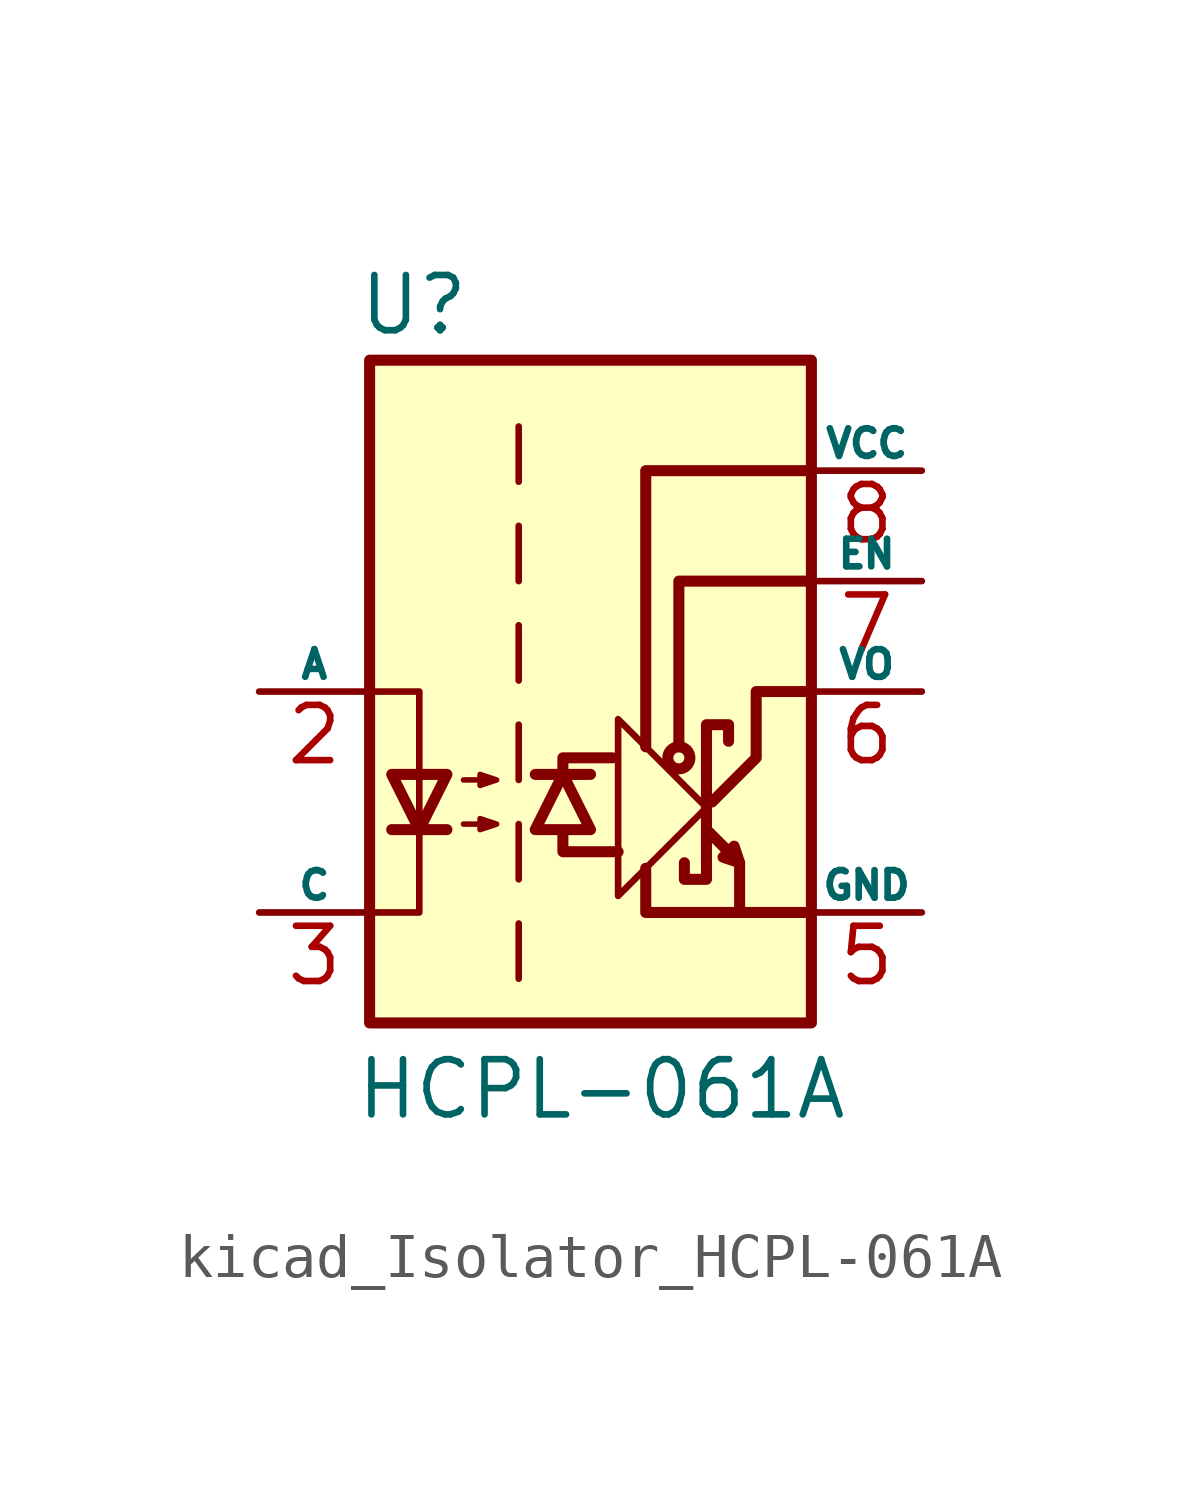
<source format=kicad_sym>
(kicad_symbol_lib
  (version 20220914)
  (generator kicad_symbol_editor)
  (symbol "kicad_Isolator_HCPL-061A"
    (pin_names
      (offset 0))
    (property "Reference" "U"
      (at -4.064 8.89 0)
      (effects (font (size 1.27 1.27))))
    (property "Value" "HCPL-061A"
      (at 0.254 -9.144 0)
      (effects (font (size 1.27 1.27))))
    (symbol "kicad_Isolator_HCPL-061A_0_1"
      (polyline (pts (xy 2.667 -3.556) (xy 2.667 -1.651)) (stroke (width 0.254) (type default)) (fill (type none)))
      (polyline (pts (xy 2.667 -2.159) (xy 2.667 -2.921)) (stroke (width 0.254) (type default)) (fill (type none)))
      (polyline (pts (xy 3.429 -3.937) (xy 3.429 -5.08)) (stroke (width 0.254) (type default)) (fill (type none)))
      (polyline (pts (xy -0.635 -3.302) (xy -0.635 -3.683) (xy 0.635 -3.683)) (stroke (width 0.254) (type default)) (fill (type none)))
      (polyline (pts (xy -0.635 -1.905) (xy -0.635 -1.524) (xy 0.508 -1.524)) (stroke (width 0.254) (type default)) (fill (type none)))
      (polyline (pts (xy 1.27 -4.064) (xy 1.27 -5.08) (xy 5.08 -5.08)) (stroke (width 0.254) (type default)) (fill (type none)))
      (polyline (pts (xy 1.27 -1.27) (xy 1.27 5.08) (xy 5.08 5.08)) (stroke (width 0.254) (type default)) (fill (type none)))
      (polyline (pts (xy 2.032 -1.27) (xy 2.032 2.54) (xy 5.08 2.54)) (stroke (width 0.254) (type default)) (fill (type none)))
      (polyline (pts (xy -5.08 -5.08) (xy -3.937 -5.08) (xy -3.937 0) (xy -5.08 0)) (stroke (width 0) (type default)) (fill (type none)))
      (polyline (pts (xy 2.667 -3.302) (xy 2.667 -4.318) (xy 2.159 -4.318) (xy 2.159 -3.937)) (stroke (width 0.254) (type default)) (fill (type none)))
      (polyline (pts (xy 2.667 -2.667) (xy 0.635 -4.699) (xy 0.635 -0.635) (xy 2.667 -2.667)) (stroke (width 0) (type default)) (fill (type none)))
      (polyline (pts (xy 2.667 -1.778) (xy 2.667 -0.762) (xy 3.175 -0.762) (xy 3.175 -1.143)) (stroke (width 0.254) (type default)) (fill (type none)))
      (polyline (pts (xy 2.794 -2.54) (xy 3.81 -1.524) (xy 3.81 0) (xy 5.08 0)) (stroke (width 0.254) (type default)) (fill (type none)))
      (polyline (pts (xy 2.667 -3.175) (xy 3.429 -3.937) (xy 3.302 -3.556) (xy 3.048 -3.81) (xy 3.429 -3.937)) (stroke (width 0.254) (type default)) (fill (type none)))
      (circle (center 2.032 -1.524) (radius 0.254) (stroke (width 0.254) (type default)) (fill (type none))))
    (symbol "kicad_Isolator_HCPL-061A_1_1"
      (rectangle (start -5.08 7.62) (end 5.08 -7.62) (stroke (width 0.254) (type default)) (fill (type background)))
      (polyline (pts (xy -4.572 -3.175) (xy -3.302 -3.175)) (stroke (width 0.254) (type default)) (fill (type none)))
      (polyline (pts (xy -1.651 -5.334) (xy -1.651 -6.604)) (stroke (width 0) (type default)) (fill (type none)))
      (polyline (pts (xy -1.651 -3.048) (xy -1.651 -4.318)) (stroke (width 0) (type default)) (fill (type none)))
      (polyline (pts (xy -1.651 -0.762) (xy -1.651 -2.032)) (stroke (width 0) (type default)) (fill (type none)))
      (polyline (pts (xy -1.651 1.524) (xy -1.651 0.254)) (stroke (width 0) (type default)) (fill (type none)))
      (polyline (pts (xy -1.651 3.81) (xy -1.651 2.54)) (stroke (width 0) (type default)) (fill (type none)))
      (polyline (pts (xy -1.651 6.096) (xy -1.651 4.826)) (stroke (width 0) (type default)) (fill (type none)))
      (polyline (pts (xy -1.27 -1.905) (xy 0 -1.905)) (stroke (width 0.254) (type default)) (fill (type none)))
      (polyline (pts (xy -3.937 -3.175) (xy -4.572 -1.905) (xy -3.302 -1.905) (xy -3.937 -3.175)) (stroke (width 0.254) (type default)) (fill (type none)))
      (polyline (pts (xy -0.635 -1.905) (xy -1.27 -3.175) (xy 0 -3.175) (xy -0.635 -1.905)) (stroke (width 0.254) (type default)) (fill (type none)))
      (polyline (pts (xy -2.921 -3.048) (xy -2.159 -3.048) (xy -2.54 -3.175) (xy -2.54 -2.921) (xy -2.159 -3.048)) (stroke (width 0.127) (type default)) (fill (type none)))
      (polyline (pts (xy -2.921 -2.032) (xy -2.159 -2.032) (xy -2.54 -2.159) (xy -2.54 -1.905) (xy -2.159 -2.032)) (stroke (width 0.127) (type default)) (fill (type none)))
      (pin no_connect line (at -5.08 5.08 0) (length 2.54) hide (name "NC" (effects (font (size 0.635 0.635)))) (number "1" (effects (font (size 1.27 1.27)))))
      (pin passive line (at -7.62 0 0) (length 2.54) (name "A" (effects (font (size 0.635 0.635)))) (number "2" (effects (font (size 1.27 1.27)))))
      (pin passive line (at -7.62 -5.08 0) (length 2.54) (name "C" (effects (font (size 0.635 0.635)))) (number "3" (effects (font (size 1.27 1.27)))))
      (pin power_in line (at 7.62 -5.08 180) (length 2.54) (name "GND" (effects (font (size 0.635 0.635)))) (number "5" (effects (font (size 1.27 1.27)))))
      (pin open_collector line (at 7.62 0 180) (length 2.54) (name "VO" (effects (font (size 0.635 0.635)))) (number "6" (effects (font (size 1.27 1.27)))))
      (pin input line (at 7.62 2.54 180) (length 2.54) (name "EN" (effects (font (size 0.635 0.635)))) (number "7" (effects (font (size 1.27 1.27)))))
      (pin power_in line (at 7.62 5.08 180) (length 2.54) (name "VCC" (effects (font (size 0.635 0.635)))) (number "8" (effects (font (size 1.27 1.27))))))))
</source>
